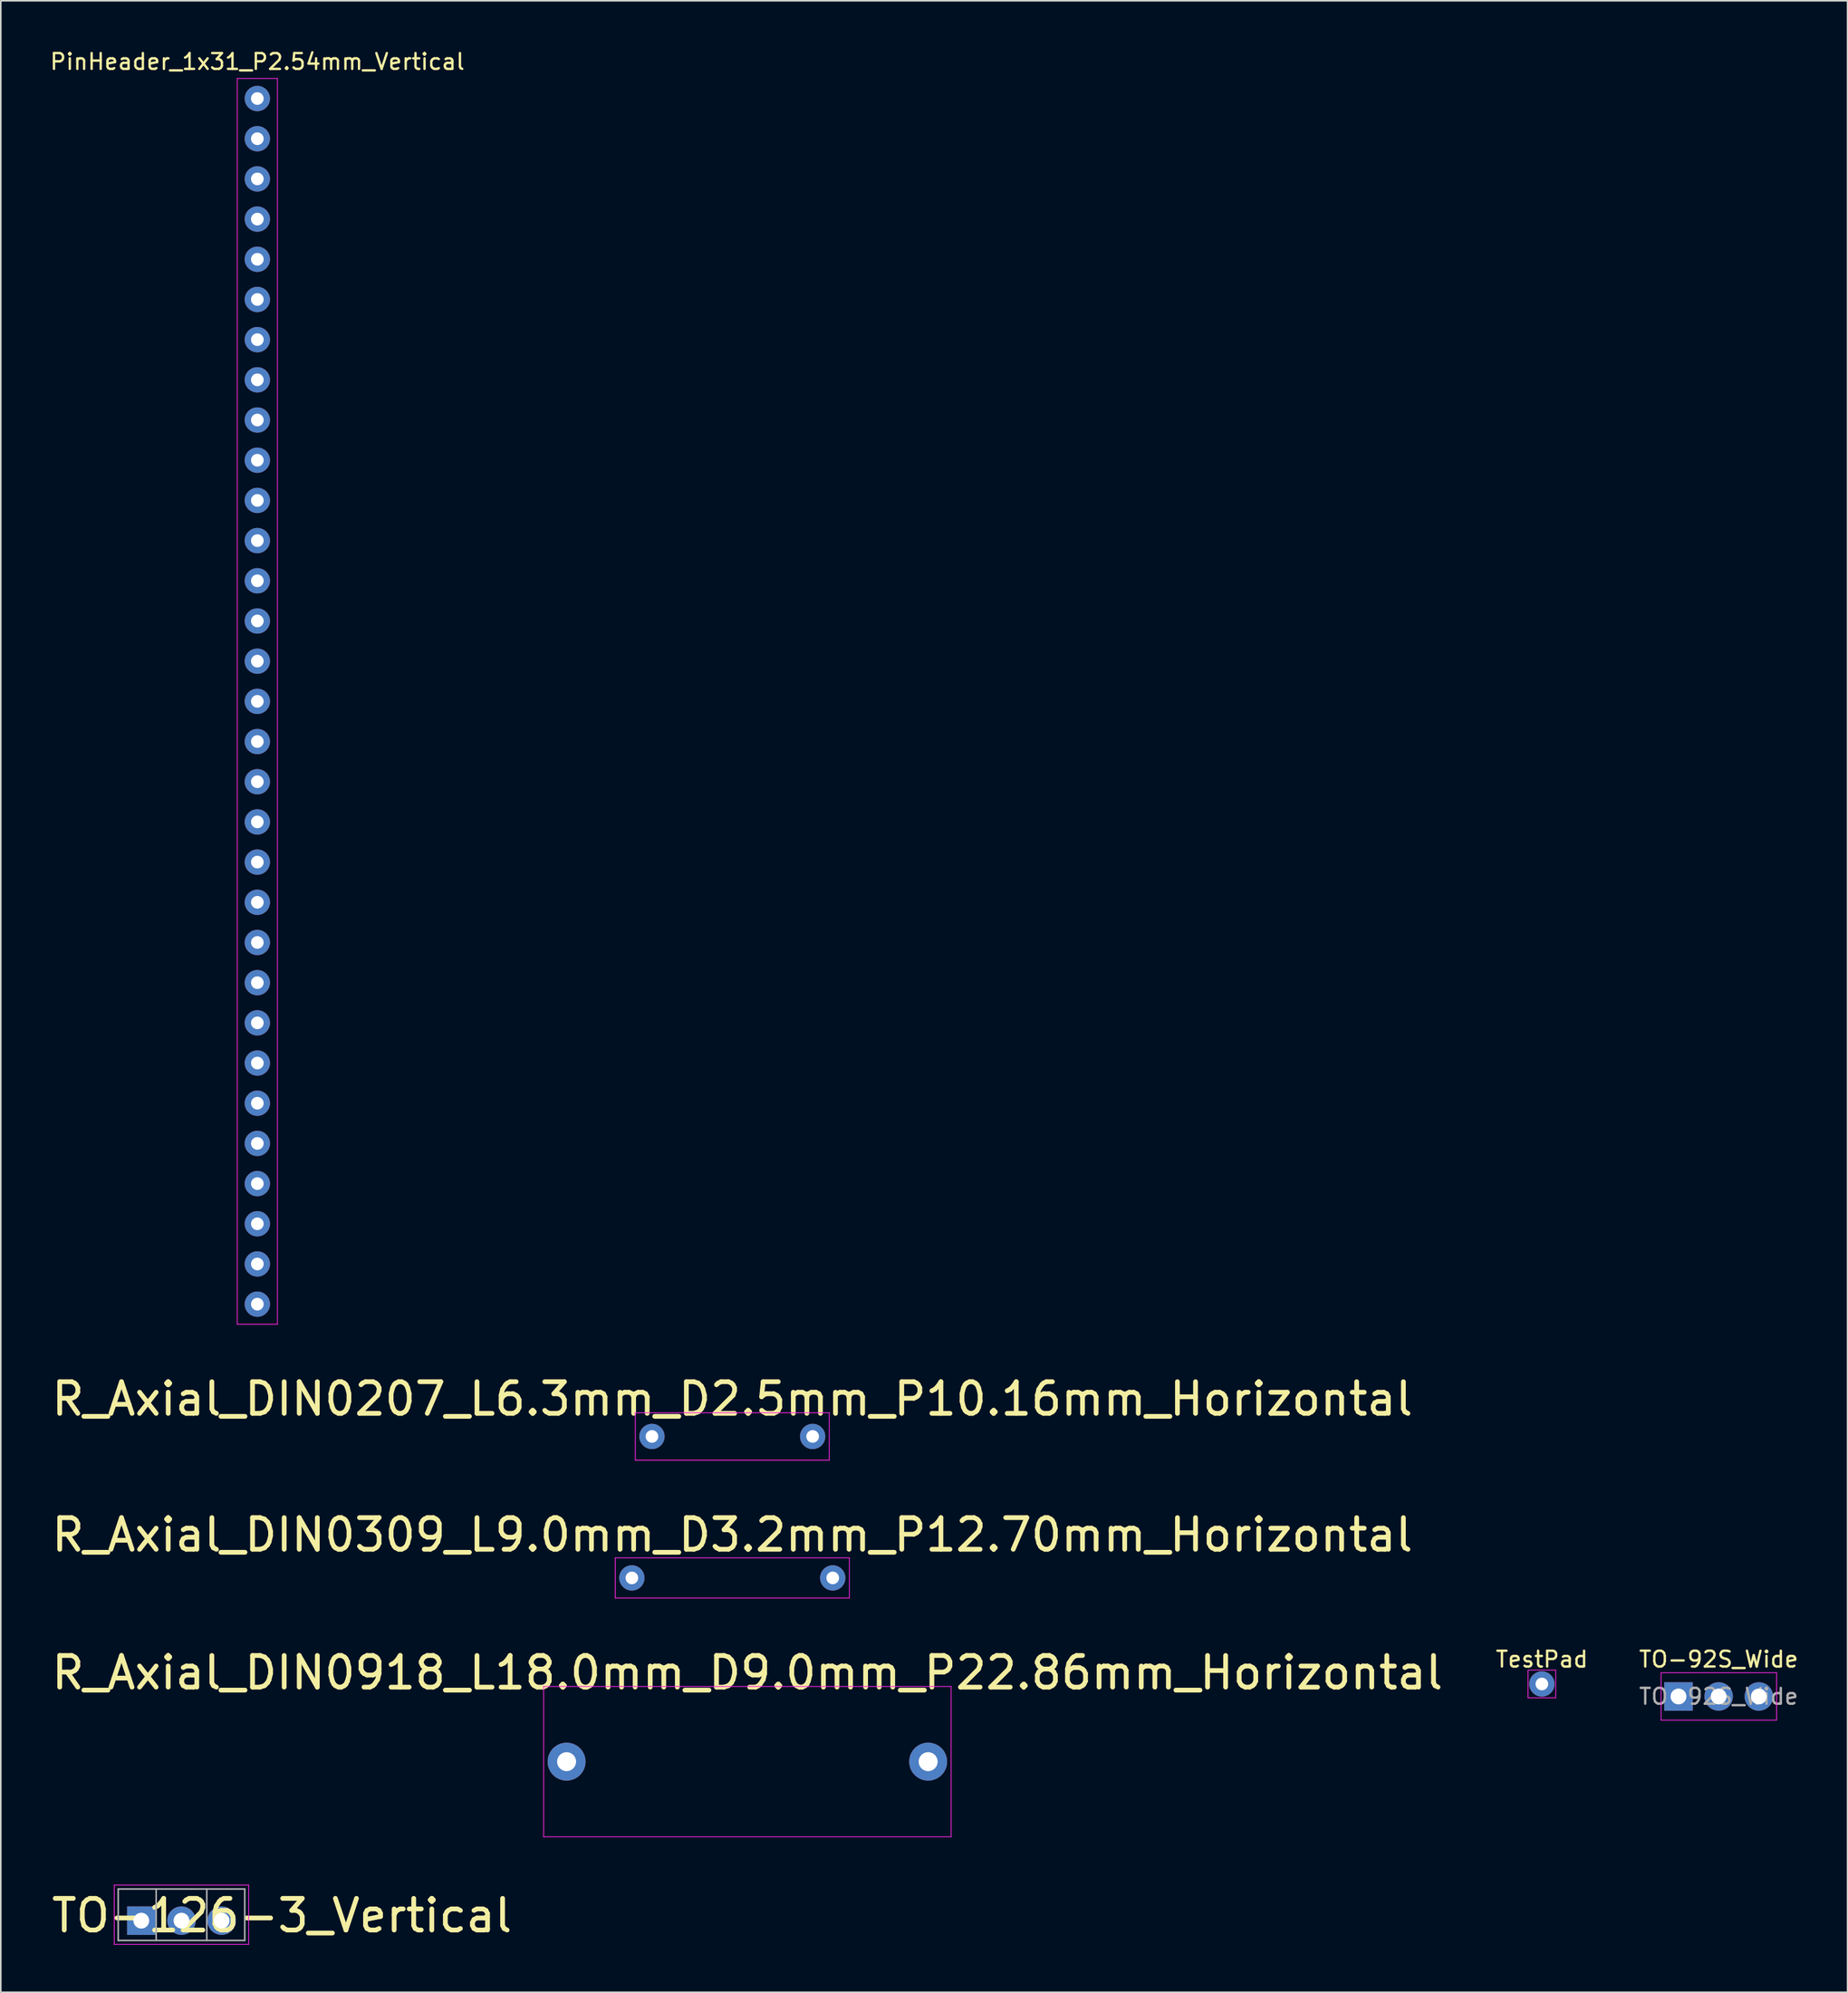
<source format=kicad_pcb>
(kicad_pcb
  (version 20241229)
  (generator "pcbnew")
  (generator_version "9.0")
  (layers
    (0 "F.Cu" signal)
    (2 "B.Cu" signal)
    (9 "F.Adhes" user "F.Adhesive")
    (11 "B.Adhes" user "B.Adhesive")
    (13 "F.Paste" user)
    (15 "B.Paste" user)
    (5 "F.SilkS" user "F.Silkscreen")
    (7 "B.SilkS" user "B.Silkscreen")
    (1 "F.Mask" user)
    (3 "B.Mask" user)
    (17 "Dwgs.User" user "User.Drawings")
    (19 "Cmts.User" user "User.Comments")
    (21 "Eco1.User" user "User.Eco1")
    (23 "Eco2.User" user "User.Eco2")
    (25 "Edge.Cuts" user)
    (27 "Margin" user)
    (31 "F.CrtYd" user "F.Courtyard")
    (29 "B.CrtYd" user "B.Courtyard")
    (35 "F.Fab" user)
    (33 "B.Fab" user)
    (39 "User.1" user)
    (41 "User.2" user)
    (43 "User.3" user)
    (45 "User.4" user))
  (footprint "R_Axial_DIN0918_L18.0mm_D9.0mm_P22.86mm_Horizontal"
    (layer "F.Cu")
    (at 32.772 108.293)
    (property "Reference" "R_Axial_DIN0918_L18.0mm_D9.0mm_P22.86mm_Horizontal" (at 11.43 -5.62 0) (layer "F.SilkS") (effects (font (size 2 2) (thickness 0.3))))
    (attr through_hole)
    (fp_line (start -1.45 -4.75) (end -1.45 4.75) (stroke (width 0.05) (type solid)) (layer "F.CrtYd"))
    (fp_line (start -1.45 4.75) (end 24.31 4.75) (stroke (width 0.05) (type solid)) (layer "F.CrtYd"))
    (fp_line (start 24.31 -4.75) (end -1.45 -4.75) (stroke (width 0.05) (type solid)) (layer "F.CrtYd"))
    (fp_line (start 24.31 4.75) (end 24.31 -4.75) (stroke (width 0.05) (type solid)) (layer "F.CrtYd"))
    (pad "1" thru_hole circle (at 0 0) (size 2.4 2.4) (drill 1.2) (layers "*.Cu" "*.Mask"))
    (pad "2" thru_hole oval (at 22.86 0) (size 2.4 2.4) (drill 1.2) (layers "*.Cu" "*.Mask")))
  (footprint "R_Axial_DIN0207_L6.3mm_D2.5mm_P10.16mm_Horizontal"
    (layer "F.Cu")
    (at 38.17 87.74)
    (property "Reference" "R_Axial_DIN0207_L6.3mm_D2.5mm_P10.16mm_Horizontal" (at 5.08 -2.37 0) (layer "F.SilkS") (effects (font (size 2 2) (thickness 0.3))))
    (attr through_hole)
    (fp_line (start -1.05 -1.5) (end -1.05 1.5) (stroke (width 0.05) (type solid)) (layer "F.CrtYd"))
    (fp_line (start -1.05 1.5) (end 11.21 1.5) (stroke (width 0.05) (type solid)) (layer "F.CrtYd"))
    (fp_line (start 11.21 -1.5) (end -1.05 -1.5) (stroke (width 0.05) (type solid)) (layer "F.CrtYd"))
    (fp_line (start 11.21 1.5) (end 11.21 -1.5) (stroke (width 0.05) (type solid)) (layer "F.CrtYd"))
    (pad "1" thru_hole circle (at 0 0) (size 1.6 1.6) (drill 0.8) (layers "*.Cu" "*.Mask"))
    (pad "2" thru_hole oval (at 10.16 0) (size 1.6 1.6) (drill 0.8) (layers "*.Cu" "*.Mask")))
  (footprint "PinHeader_1x31_P2.54mm_Vertical"
    (layer "F.Cu")
    (at 13.22 3.178)
    (property "Reference" "PinHeader_1x31_P2.54mm_Vertical" (at 0 -2.33 0) (layer "F.SilkS") (effects (font (size 1 1) (thickness 0.15))))
    (attr through_hole)
    (fp_line (start -1.27 -1.27) (end -1.27 77.47) (stroke (width 0.05) (type solid)) (layer "F.CrtYd"))
    (fp_line (start -1.27 77.47) (end 1.27 77.47) (stroke (width 0.05) (type solid)) (layer "F.CrtYd"))
    (fp_line (start 1.27 -1.27) (end -1.27 -1.27) (stroke (width 0.05) (type solid)) (layer "F.CrtYd"))
    (fp_line (start 1.27 77.47) (end 1.27 -1.27) (stroke (width 0.05) (type solid)) (layer "F.CrtYd"))
    (pad "1" thru_hole circle (at 0 0) (size 1.6 1.6) (drill 0.8) (layers "*.Cu" "*.Mask"))
    (pad "2" thru_hole oval (at 0 2.54) (size 1.6 1.6) (drill 0.8) (layers "*.Cu" "*.Mask"))
    (pad "3" thru_hole oval (at 0 5.08) (size 1.6 1.6) (drill 0.8) (layers "*.Cu" "*.Mask"))
    (pad "4" thru_hole oval (at 0 7.62) (size 1.6 1.6) (drill 0.8) (layers "*.Cu" "*.Mask"))
    (pad "5" thru_hole oval (at 0 10.16) (size 1.6 1.6) (drill 0.8) (layers "*.Cu" "*.Mask"))
    (pad "6" thru_hole oval (at 0 12.7) (size 1.6 1.6) (drill 0.8) (layers "*.Cu" "*.Mask"))
    (pad "7" thru_hole oval (at 0 15.24) (size 1.6 1.6) (drill 0.8) (layers "*.Cu" "*.Mask"))
    (pad "8" thru_hole oval (at 0 17.78) (size 1.6 1.6) (drill 0.8) (layers "*.Cu" "*.Mask"))
    (pad "9" thru_hole oval (at 0 20.32) (size 1.6 1.6) (drill 0.8) (layers "*.Cu" "*.Mask"))
    (pad "10" thru_hole oval (at 0 22.86) (size 1.6 1.6) (drill 0.8) (layers "*.Cu" "*.Mask"))
    (pad "11" thru_hole oval (at 0 25.4) (size 1.6 1.6) (drill 0.8) (layers "*.Cu" "*.Mask"))
    (pad "12" thru_hole oval (at 0 27.94) (size 1.6 1.6) (drill 0.8) (layers "*.Cu" "*.Mask"))
    (pad "13" thru_hole oval (at 0 30.48) (size 1.6 1.6) (drill 0.8) (layers "*.Cu" "*.Mask"))
    (pad "14" thru_hole oval (at 0 33.02) (size 1.6 1.6) (drill 0.8) (layers "*.Cu" "*.Mask"))
    (pad "15" thru_hole oval (at 0 35.56) (size 1.6 1.6) (drill 0.8) (layers "*.Cu" "*.Mask"))
    (pad "16" thru_hole oval (at 0 38.1) (size 1.6 1.6) (drill 0.8) (layers "*.Cu" "*.Mask"))
    (pad "17" thru_hole oval (at 0 40.64) (size 1.6 1.6) (drill 0.8) (layers "*.Cu" "*.Mask"))
    (pad "18" thru_hole oval (at 0 43.18) (size 1.6 1.6) (drill 0.8) (layers "*.Cu" "*.Mask"))
    (pad "19" thru_hole oval (at 0 45.72) (size 1.6 1.6) (drill 0.8) (layers "*.Cu" "*.Mask"))
    (pad "20" thru_hole oval (at 0 48.26) (size 1.6 1.6) (drill 0.8) (layers "*.Cu" "*.Mask"))
    (pad "21" thru_hole oval (at 0 50.8) (size 1.6 1.6) (drill 0.8) (layers "*.Cu" "*.Mask"))
    (pad "22" thru_hole oval (at 0 53.34) (size 1.6 1.6) (drill 0.8) (layers "*.Cu" "*.Mask"))
    (pad "23" thru_hole oval (at 0 55.88) (size 1.6 1.6) (drill 0.8) (layers "*.Cu" "*.Mask"))
    (pad "24" thru_hole oval (at 0 58.42) (size 1.6 1.6) (drill 0.8) (layers "*.Cu" "*.Mask"))
    (pad "25" thru_hole oval (at 0 60.96) (size 1.6 1.6) (drill 0.8) (layers "*.Cu" "*.Mask"))
    (pad "26" thru_hole oval (at 0 63.5) (size 1.6 1.6) (drill 0.8) (layers "*.Cu" "*.Mask"))
    (pad "27" thru_hole oval (at 0 66.04) (size 1.6 1.6) (drill 0.8) (layers "*.Cu" "*.Mask"))
    (pad "28" thru_hole oval (at 0 68.58) (size 1.6 1.6) (drill 0.8) (layers "*.Cu" "*.Mask"))
    (pad "29" thru_hole oval (at 0 71.12) (size 1.6 1.6) (drill 0.8) (layers "*.Cu" "*.Mask"))
    (pad "30" thru_hole oval (at 0 73.66) (size 1.6 1.6) (drill 0.8) (layers "*.Cu" "*.Mask"))
    (pad "31" thru_hole oval (at 0 76.2) (size 1.6 1.6) (drill 0.8) (layers "*.Cu" "*.Mask")))
  (footprint "TestPad"
    (layer "F.Cu")
    (at 94.435 103.385)
    (property "Reference" "TestPad" (at 0 -1.56 0) (layer "F.SilkS") (effects (font (size 1 1) (thickness 0.15))))
    (attr through_hole)
    (fp_line (start -0.875 -0.875) (end -0.875 0.875) (stroke (width 0.05) (type solid)) (layer "F.CrtYd"))
    (fp_line (start -0.875 0.875) (end 0.875 0.875) (stroke (width 0.05) (type solid)) (layer "F.CrtYd"))
    (fp_line (start 0.875 -0.875) (end -0.875 -0.875) (stroke (width 0.05) (type solid)) (layer "F.CrtYd"))
    (fp_line (start 0.875 0.875) (end 0.875 -0.875) (stroke (width 0.05) (type solid)) (layer "F.CrtYd"))
    (pad "1" thru_hole circle (at 0 0) (size 1.6 1.6) (drill 0.8) (layers "*.Cu" "*.Mask")))
  (footprint "TO-92S_Wide"
    (layer "F.Cu")
    (at 103.073 104.174)
    (property "Reference" "TO-92S_Wide" (at 2.54 -2.35 0) (layer "F.SilkS") (effects (font (size 1 1) (thickness 0.15))))
    (attr through_hole)
    (fp_line (start -1.1 -1.5) (end 6.2 -1.5) (stroke (width 0.05) (type solid)) (layer "F.CrtYd"))
    (fp_line (start -1.1 1.5) (end -1.1 -1.5) (stroke (width 0.05) (type solid)) (layer "F.CrtYd"))
    (fp_line (start -1.1 1.5) (end 6.2 1.5) (stroke (width 0.05) (type solid)) (layer "F.CrtYd"))
    (fp_line (start 6.2 -1.5) (end 6.2 1.5) (stroke (width 0.05) (type solid)) (layer "F.CrtYd"))
    (fp_text user "${REFERENCE}" (at 2.54 0 0) (layer "F.Fab") (effects (font (size 1 1) (thickness 0.15))))
    (pad "1" thru_hole rect (at 0 0) (size 1.8 1.8) (drill 1) (layers "*.Cu" "*.Mask"))
    (pad "2" thru_hole circle (at 2.54 0) (size 1.8 1.8) (drill 1) (layers "*.Cu" "*.Mask"))
    (pad "3" thru_hole circle (at 5.08 0) (size 1.8 1.8) (drill 1) (layers "*.Cu" "*.Mask")))
  (footprint "R_Axial_DIN0309_L9.0mm_D3.2mm_P12.70mm_Horizontal"
    (layer "F.Cu")
    (at 36.9 96.681)
    (property "Reference" "R_Axial_DIN0309_L9.0mm_D3.2mm_P12.70mm_Horizontal" (at 6.35 -2.72 0) (layer "F.SilkS") (effects (font (size 2 2) (thickness 0.3))))
    (attr through_hole)
    (fp_line (start -1.05 -1.27) (end -1.05 1.27) (stroke (width 0.05) (type solid)) (layer "F.CrtYd"))
    (fp_line (start -1.05 1.27) (end 13.75 1.27) (stroke (width 0.05) (type solid)) (layer "F.CrtYd"))
    (fp_line (start 13.75 -1.27) (end -1.05 -1.27) (stroke (width 0.05) (type solid)) (layer "F.CrtYd"))
    (fp_line (start 13.75 1.27) (end 13.75 -1.27) (stroke (width 0.05) (type solid)) (layer "F.CrtYd"))
    (pad "1" thru_hole circle (at 0 0) (size 1.6 1.6) (drill 0.8) (layers "*.Cu" "*.Mask"))
    (pad "2" thru_hole oval (at 12.7 0) (size 1.6 1.6) (drill 0.8) (layers "*.Cu" "*.Mask")))
  (footprint "TO-126-3_Vertical"
    (layer "F.Cu")
    (at 5.884 118.343)
    (property "Reference" "TO-126-3_Vertical" (at 8.89 -0.318 180) (layer "F.SilkS") (effects (font (size 2 2) (thickness 0.3))))
    (attr through_hole)
    (fp_line (start -1.71 -2.25) (end -1.71 1.5) (stroke (width 0.05) (type solid)) (layer "F.CrtYd"))
    (fp_line (start -1.71 1.5) (end 6.79 1.5) (stroke (width 0.05) (type solid)) (layer "F.CrtYd"))
    (fp_line (start 6.79 -2.25) (end -1.71 -2.25) (stroke (width 0.05) (type solid)) (layer "F.CrtYd"))
    (fp_line (start 6.79 1.5) (end 6.79 -2.25) (stroke (width 0.05) (type solid)) (layer "F.CrtYd"))
    (fp_line (start -1.46 -2) (end -1.46 1.25) (stroke (width 0.1) (type solid)) (layer "F.Fab"))
    (fp_line (start -1.46 1.25) (end 6.54 1.25) (stroke (width 0.1) (type solid)) (layer "F.Fab"))
    (fp_line (start 0.94 -2) (end 0.94 1.25) (stroke (width 0.1) (type solid)) (layer "F.Fab"))
    (fp_line (start 4.14 -2) (end 4.14 1.25) (stroke (width 0.1) (type solid)) (layer "F.Fab"))
    (fp_line (start 6.54 -2) (end -1.46 -2) (stroke (width 0.1) (type solid)) (layer "F.Fab"))
    (fp_line (start 6.54 1.25) (end 6.54 -2) (stroke (width 0.1) (type solid)) (layer "F.Fab"))
    (pad "1" thru_hole rect (at 0 0) (size 1.8 1.8) (drill 1) (layers "*.Cu" "*.Mask"))
    (pad "2" thru_hole oval (at 2.54 0) (size 1.8 1.8) (drill 1) (layers "*.Cu" "*.Mask"))
    (pad "3" thru_hole oval (at 5.08 0) (size 1.8 1.8) (drill 1) (layers "*.Cu" "*.Mask")))
  (gr_rect
    (start -3 -3)
    (end 113.762 122.868)
    (stroke (width 0.1) (type default))
    (fill no)
    (layer "Edge.Cuts")))
</source>
